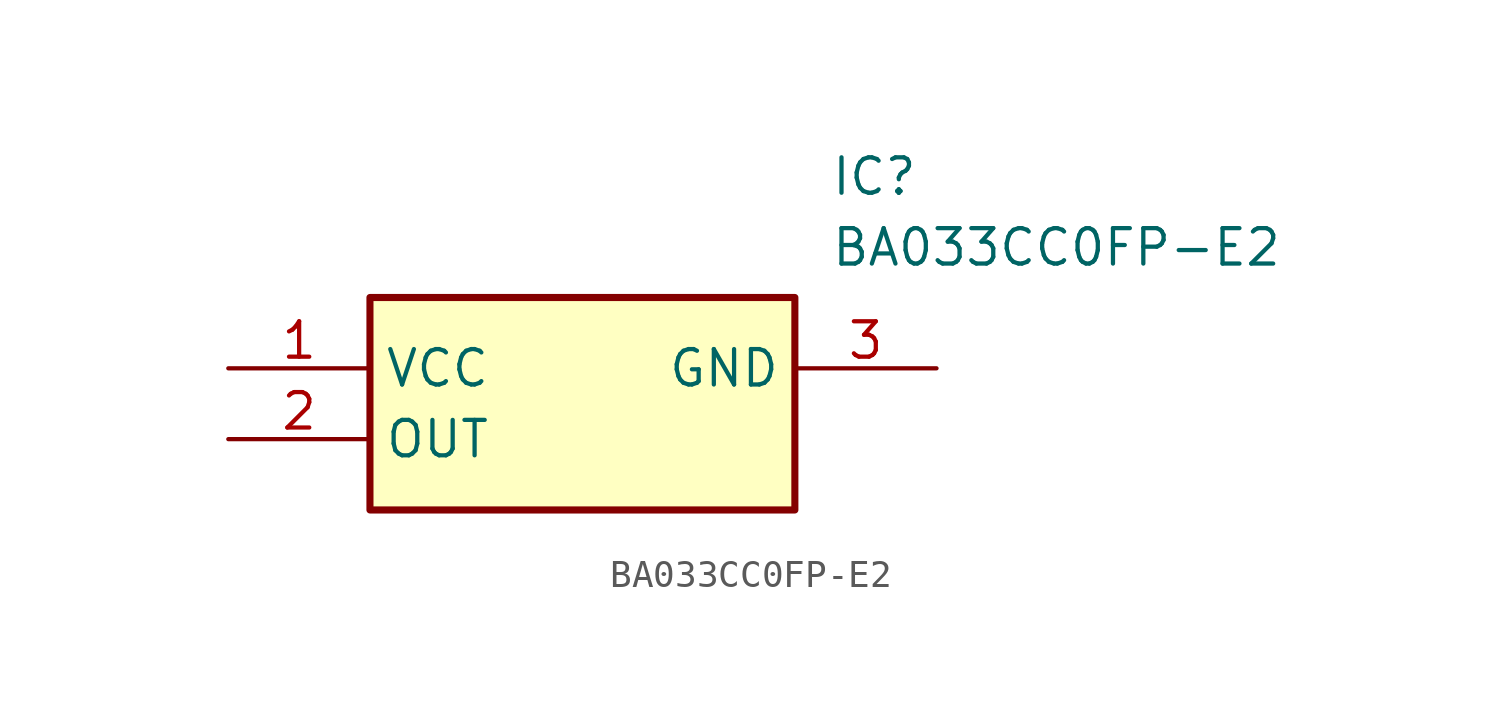
<source format=kicad_sym>
(kicad_symbol_lib
  (version 20211014)
  (generator SamacSys_ECAD_Model)
  (symbol "BA033CC0FP-E2"
    (property "Reference" "IC"
      (at 21.59 7.62 0)
      (effects (font (size 1.27 1.27)) (justify left top)))
    (property "Value" "BA033CC0FP-E2"
      (at 21.59 5.08 0)
      (effects (font (size 1.27 1.27)) (justify left top)))
    (rectangle
      (start 5.08 2.54)
      (end 20.32 -5.08)
      (stroke (width 0.254) (type default))
      (fill (type background)))
    (pin passive line
      (at 0 0 0)
      (length 5.08)
      (name "VCC" (effects (font (size 1.27 1.27))))
      (number "1" (effects (font (size 1.27 1.27)))))
    (pin passive line
      (at 0 -2.54 0)
      (length 5.08)
      (name "OUT" (effects (font (size 1.27 1.27))))
      (number "2" (effects (font (size 1.27 1.27)))))
    (pin passive line
      (at 25.4 0 180)
      (length 5.08)
      (name "GND" (effects (font (size 1.27 1.27))))
      (number "3" (effects (font (size 1.27 1.27)))))))
</source>
